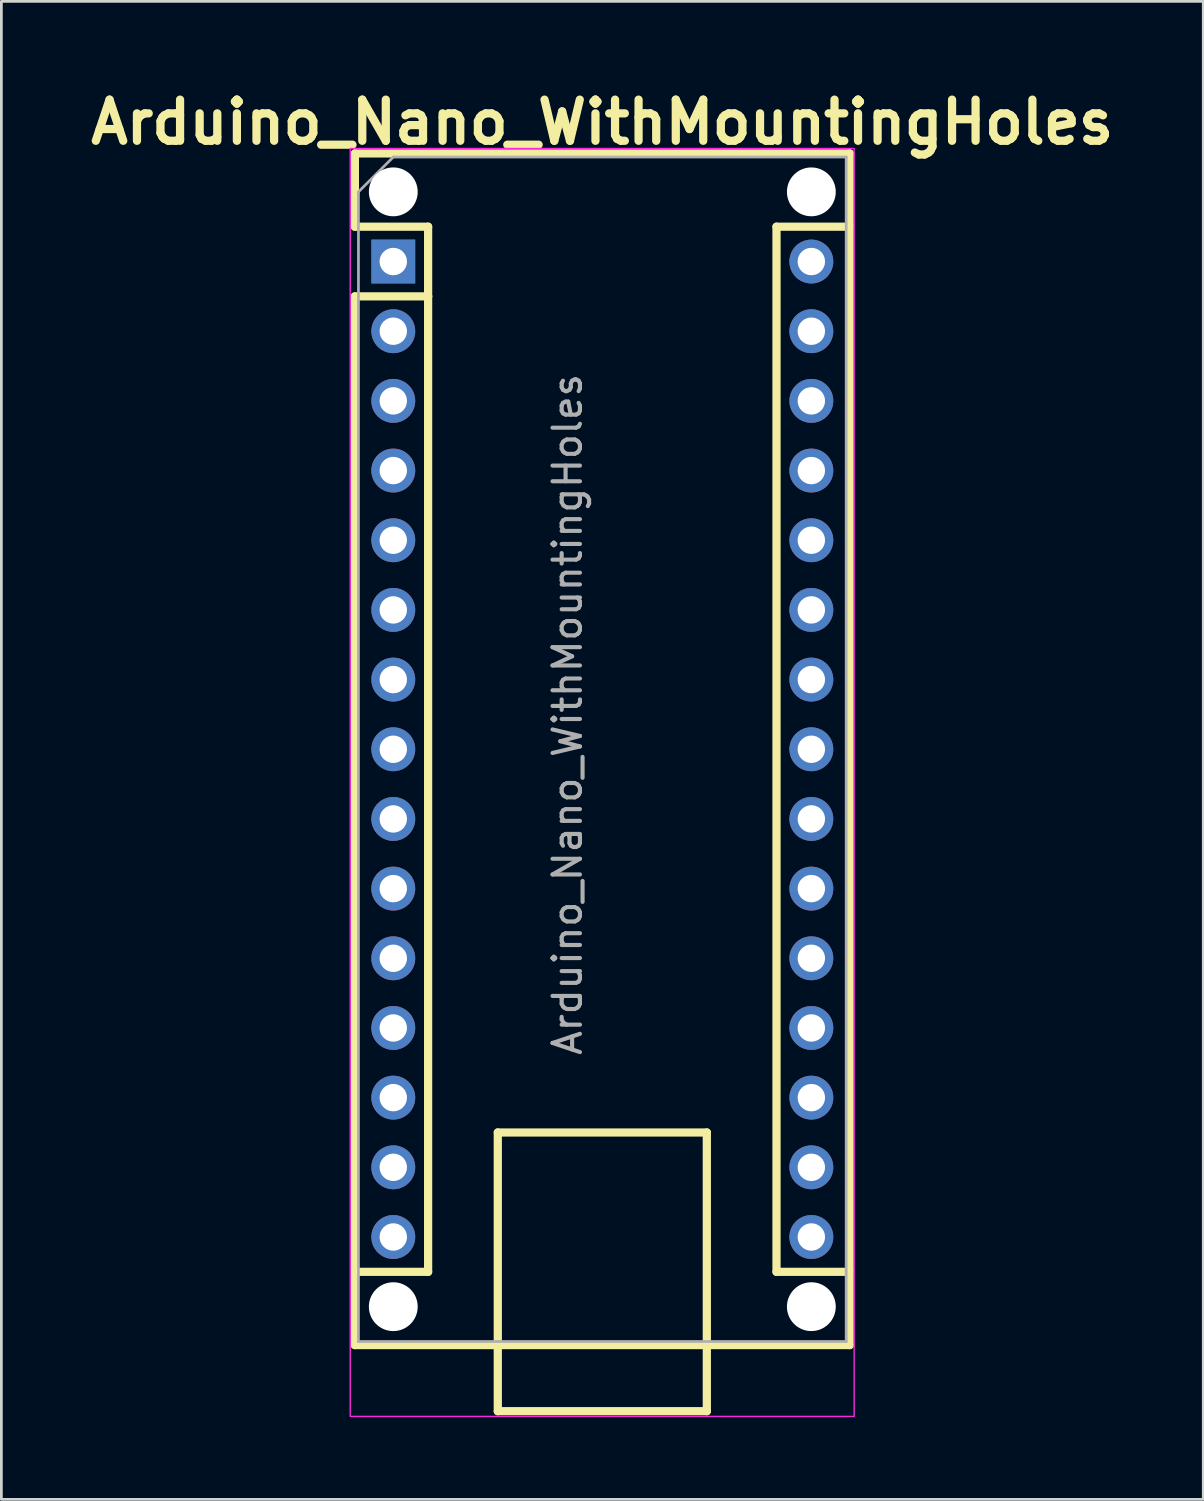
<source format=kicad_pcb>
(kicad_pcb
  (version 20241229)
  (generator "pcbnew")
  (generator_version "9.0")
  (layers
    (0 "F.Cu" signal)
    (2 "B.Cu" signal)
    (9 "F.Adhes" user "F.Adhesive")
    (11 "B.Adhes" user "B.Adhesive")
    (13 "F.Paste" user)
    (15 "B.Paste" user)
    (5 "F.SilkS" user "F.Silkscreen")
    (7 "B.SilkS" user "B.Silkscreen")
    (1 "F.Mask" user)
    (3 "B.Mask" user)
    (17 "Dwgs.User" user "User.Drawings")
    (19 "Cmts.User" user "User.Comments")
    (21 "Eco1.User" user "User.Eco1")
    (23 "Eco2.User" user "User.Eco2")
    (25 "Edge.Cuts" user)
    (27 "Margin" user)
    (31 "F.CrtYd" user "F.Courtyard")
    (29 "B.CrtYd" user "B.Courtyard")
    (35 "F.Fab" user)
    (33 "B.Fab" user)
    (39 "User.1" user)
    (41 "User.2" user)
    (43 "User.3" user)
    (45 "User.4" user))
  (footprint "Arduino_Nano_WithMountingHoles"
    (layer "F.Cu")
    (at 11.287 6.484)
    (property "Reference" "Arduino_Nano_WithMountingHoles" (at 7.62 -5.08 0) (layer "F.SilkS") (effects (font (size 1.5 1.5) (thickness 0.3) (bold yes))))
    (attr through_hole)
    (fp_line (start -1.4 -3.94) (end -1.4 -1.27) (stroke (width 0.3) (type solid)) (layer "F.SilkS"))
    (fp_line (start -1.4 1.27) (end -1.4 39.5) (stroke (width 0.3) (type solid)) (layer "F.SilkS"))
    (fp_line (start -1.4 39.5) (end 16.64 39.5) (stroke (width 0.3) (type solid)) (layer "F.SilkS"))
    (fp_line (start 1.27 -1.27) (end -1.4 -1.27) (stroke (width 0.3) (type solid)) (layer "F.SilkS"))
    (fp_line (start 1.27 1.27) (end -1.4 1.27) (stroke (width 0.3) (type solid)) (layer "F.SilkS"))
    (fp_line (start 1.27 1.27) (end 1.27 -1.27) (stroke (width 0.3) (type solid)) (layer "F.SilkS"))
    (fp_line (start 1.27 1.27) (end 1.27 36.83) (stroke (width 0.3) (type solid)) (layer "F.SilkS"))
    (fp_line (start 1.27 36.83) (end -1.4 36.83) (stroke (width 0.3) (type solid)) (layer "F.SilkS"))
    (fp_line (start 3.81 31.75) (end 11.43 31.75) (stroke (width 0.3) (type solid)) (layer "F.SilkS"))
    (fp_line (start 3.81 41.91) (end 3.81 31.75) (stroke (width 0.3) (type solid)) (layer "F.SilkS"))
    (fp_line (start 11.43 31.75) (end 11.43 41.91) (stroke (width 0.3) (type solid)) (layer "F.SilkS"))
    (fp_line (start 11.43 41.91) (end 3.81 41.91) (stroke (width 0.3) (type solid)) (layer "F.SilkS"))
    (fp_line (start 13.97 -1.27) (end 13.97 36.83) (stroke (width 0.3) (type solid)) (layer "F.SilkS"))
    (fp_line (start 13.97 -1.27) (end 16.64 -1.27) (stroke (width 0.3) (type solid)) (layer "F.SilkS"))
    (fp_line (start 13.97 36.83) (end 16.64 36.83) (stroke (width 0.3) (type solid)) (layer "F.SilkS"))
    (fp_line (start 16.64 -3.94) (end -1.4 -3.94) (stroke (width 0.3) (type solid)) (layer "F.SilkS"))
    (fp_line (start 16.64 39.5) (end 16.64 -3.94) (stroke (width 0.3) (type solid)) (layer "F.SilkS"))
    (fp_rect (start -1.57 -4.12) (end 16.8 42.1) (stroke (width 0.05) (type default)) (fill no) (layer "F.CrtYd"))
    (fp_line (start -1.27 -2.54) (end 0 -3.81) (stroke (width 0.1) (type solid)) (layer "F.Fab"))
    (fp_line (start -1.27 39.37) (end -1.27 -2.54) (stroke (width 0.1) (type solid)) (layer "F.Fab"))
    (fp_line (start 0 -3.81) (end 16.51 -3.81) (stroke (width 0.1) (type solid)) (layer "F.Fab"))
    (fp_line (start 16.51 -3.81) (end 16.51 39.37) (stroke (width 0.1) (type solid)) (layer "F.Fab"))
    (fp_line (start 16.51 39.37) (end -1.27 39.37) (stroke (width 0.1) (type solid)) (layer "F.Fab"))
    (fp_text user "${REFERENCE}" (at 6.35 16.51 90) (layer "F.Fab") (effects (font (size 1 1) (thickness 0.15))))
    (pad "" np_thru_hole circle (at 0 -2.54) (size 1.78 1.78) (drill 1.78) (layers "*.Cu" "*.Mask"))
    (pad "" np_thru_hole circle (at 0 38.1) (size 1.78 1.78) (drill 1.78) (layers "*.Cu" "*.Mask"))
    (pad "" np_thru_hole circle (at 15.24 -2.54) (size 1.78 1.78) (drill 1.78) (layers "*.Cu" "*.Mask"))
    (pad "" np_thru_hole circle (at 15.24 38.1) (size 1.78 1.78) (drill 1.78) (layers "*.Cu" "*.Mask"))
    (pad "1" thru_hole rect (at 0 0) (size 1.6 1.6) (drill 1) (layers "*.Cu" "*.Mask"))
    (pad "2" thru_hole oval (at 0 2.54) (size 1.6 1.6) (drill 1) (layers "*.Cu" "*.Mask"))
    (pad "3" thru_hole oval (at 0 5.08) (size 1.6 1.6) (drill 1) (layers "*.Cu" "*.Mask"))
    (pad "4" thru_hole oval (at 0 7.62) (size 1.6 1.6) (drill 1) (layers "*.Cu" "*.Mask"))
    (pad "5" thru_hole oval (at 0 10.16) (size 1.6 1.6) (drill 1) (layers "*.Cu" "*.Mask"))
    (pad "6" thru_hole oval (at 0 12.7) (size 1.6 1.6) (drill 1) (layers "*.Cu" "*.Mask"))
    (pad "7" thru_hole oval (at 0 15.24) (size 1.6 1.6) (drill 1) (layers "*.Cu" "*.Mask"))
    (pad "8" thru_hole oval (at 0 17.78) (size 1.6 1.6) (drill 1) (layers "*.Cu" "*.Mask"))
    (pad "9" thru_hole oval (at 0 20.32) (size 1.6 1.6) (drill 1) (layers "*.Cu" "*.Mask"))
    (pad "10" thru_hole oval (at 0 22.86) (size 1.6 1.6) (drill 1) (layers "*.Cu" "*.Mask"))
    (pad "11" thru_hole oval (at 0 25.4) (size 1.6 1.6) (drill 1) (layers "*.Cu" "*.Mask"))
    (pad "12" thru_hole oval (at 0 27.94) (size 1.6 1.6) (drill 1) (layers "*.Cu" "*.Mask"))
    (pad "13" thru_hole oval (at 0 30.48) (size 1.6 1.6) (drill 1) (layers "*.Cu" "*.Mask"))
    (pad "14" thru_hole oval (at 0 33.02) (size 1.6 1.6) (drill 1) (layers "*.Cu" "*.Mask"))
    (pad "15" thru_hole oval (at 0 35.56) (size 1.6 1.6) (drill 1) (layers "*.Cu" "*.Mask"))
    (pad "16" thru_hole oval (at 15.24 35.56) (size 1.6 1.6) (drill 1) (layers "*.Cu" "*.Mask"))
    (pad "17" thru_hole oval (at 15.24 33.02) (size 1.6 1.6) (drill 1) (layers "*.Cu" "*.Mask"))
    (pad "18" thru_hole oval (at 15.24 30.48) (size 1.6 1.6) (drill 1) (layers "*.Cu" "*.Mask"))
    (pad "19" thru_hole oval (at 15.24 27.94) (size 1.6 1.6) (drill 1) (layers "*.Cu" "*.Mask"))
    (pad "20" thru_hole oval (at 15.24 25.4) (size 1.6 1.6) (drill 1) (layers "*.Cu" "*.Mask"))
    (pad "21" thru_hole oval (at 15.24 22.86) (size 1.6 1.6) (drill 1) (layers "*.Cu" "*.Mask"))
    (pad "22" thru_hole oval (at 15.24 20.32) (size 1.6 1.6) (drill 1) (layers "*.Cu" "*.Mask"))
    (pad "23" thru_hole oval (at 15.24 17.78) (size 1.6 1.6) (drill 1) (layers "*.Cu" "*.Mask"))
    (pad "24" thru_hole oval (at 15.24 15.24) (size 1.6 1.6) (drill 1) (layers "*.Cu" "*.Mask"))
    (pad "25" thru_hole oval (at 15.24 12.7) (size 1.6 1.6) (drill 1) (layers "*.Cu" "*.Mask"))
    (pad "26" thru_hole oval (at 15.24 10.16) (size 1.6 1.6) (drill 1) (layers "*.Cu" "*.Mask"))
    (pad "27" thru_hole oval (at 15.24 7.62) (size 1.6 1.6) (drill 1) (layers "*.Cu" "*.Mask"))
    (pad "28" thru_hole oval (at 15.24 5.08) (size 1.6 1.6) (drill 1) (layers "*.Cu" "*.Mask"))
    (pad "29" thru_hole oval (at 15.24 2.54) (size 1.6 1.6) (drill 1) (layers "*.Cu" "*.Mask"))
    (pad "30" thru_hole oval (at 15.24 0) (size 1.6 1.6) (drill 1) (layers "*.Cu" "*.Mask")))
  (gr_rect
    (start -3 -3)
    (end 40.814 51.609)
    (stroke (width 0.1) (type default))
    (fill no)
    (layer "Edge.Cuts")))
</source>
